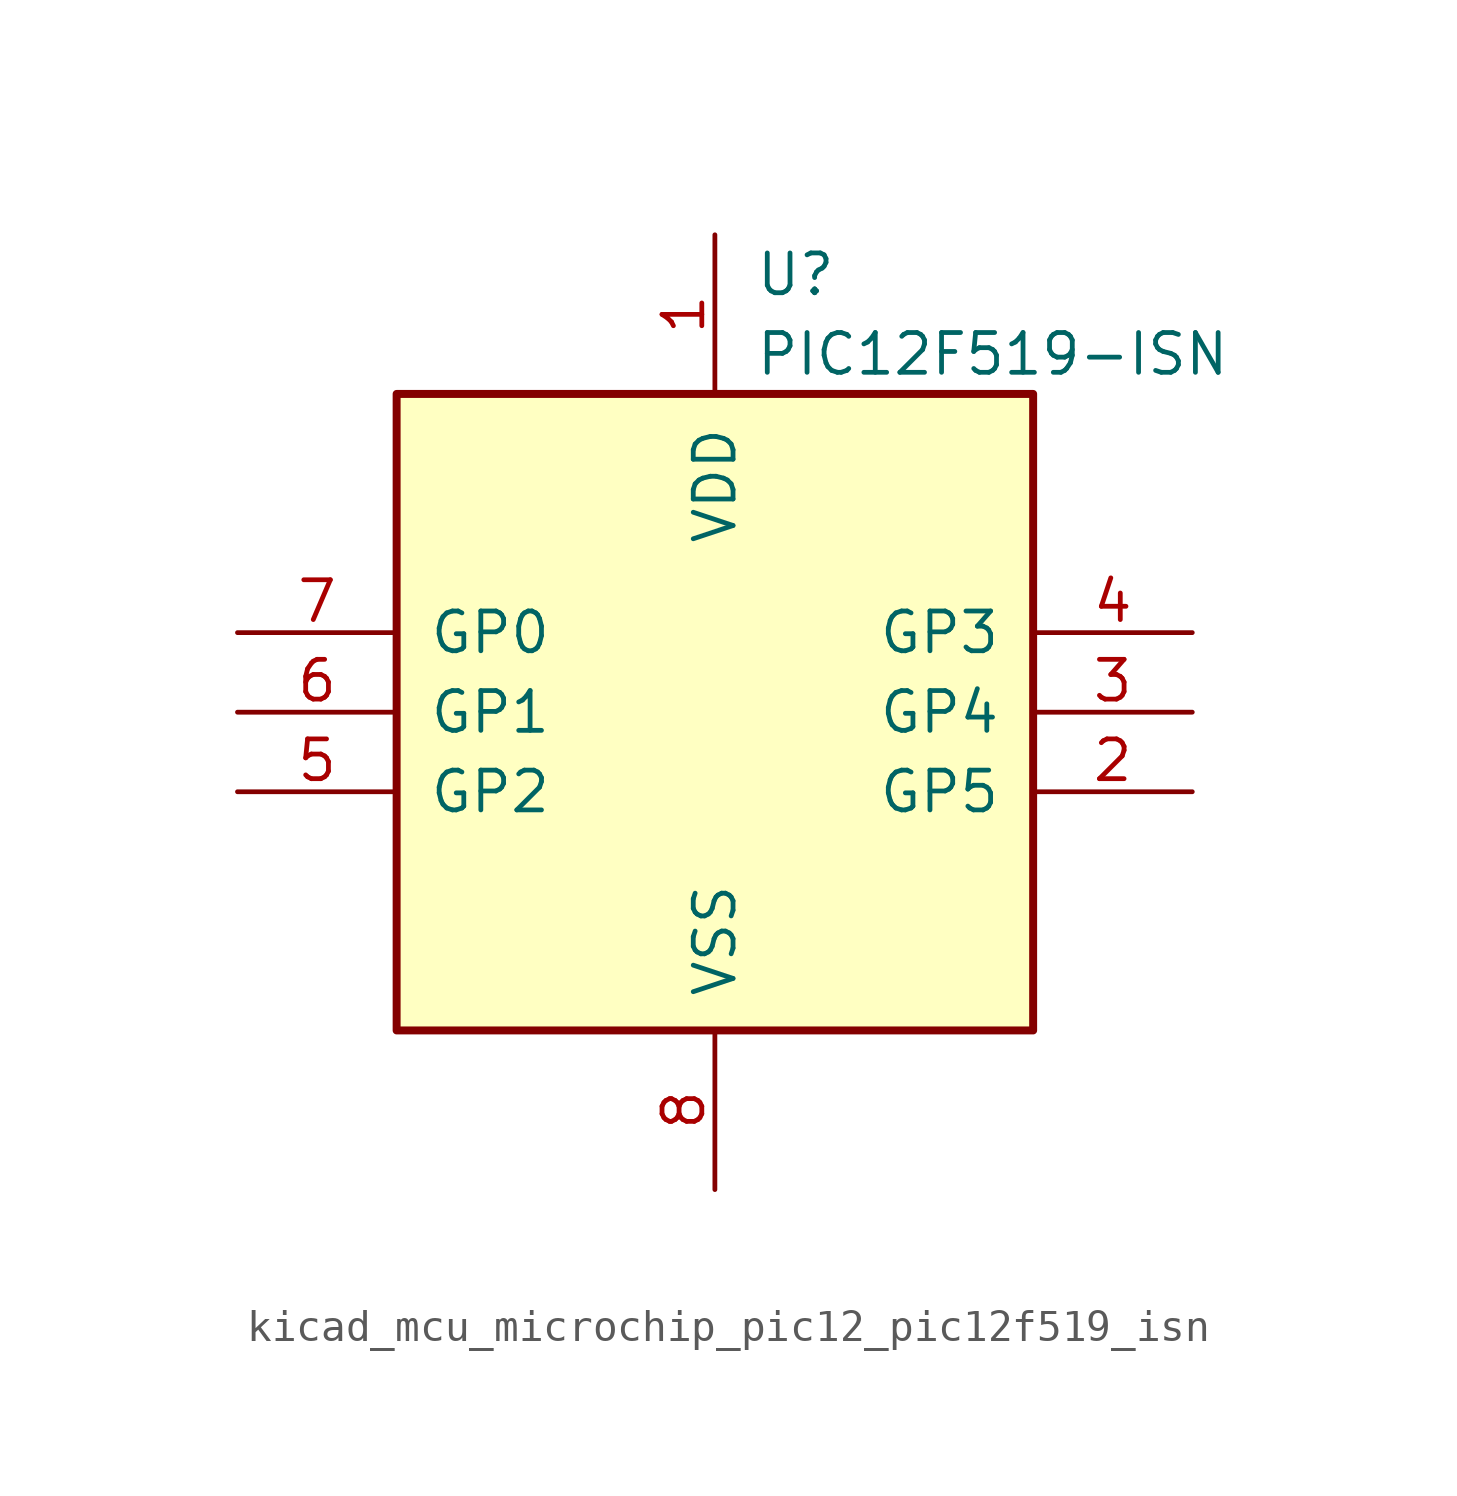
<source format=kicad_sym>
(kicad_symbol_lib
  (version 20220914)
  (generator kicad_symbol_editor)
  (symbol "kicad_mcu_microchip_pic12_pic12f519_isn"
    (pin_names
      (offset 1.016))
    (property "Reference" "U"
      (at 1.27 13.97 0)
      (effects (font (size 1.27 1.27)) (justify left)))
    (property "Value" "PIC12F519-ISN"
      (at 1.27 11.43 0)
      (effects (font (size 1.27 1.27)) (justify left)))
    (symbol "kicad_mcu_microchip_pic12_pic12f519_isn_0_1"
      (rectangle (start 10.16 -10.16) (end -10.16 10.16) (stroke (width 0.254) (type default)) (fill (type background))))
    (symbol "kicad_mcu_microchip_pic12_pic12f519_isn_1_1"
      (pin power_in line (at 0 15.24 270) (length 5.08) (name "VDD" (effects (font (size 1.27 1.27)))) (number "1" (effects (font (size 1.27 1.27)))))
      (pin bidirectional line (at 15.24 -2.54 180) (length 5.08) (name "GP5" (effects (font (size 1.27 1.27)))) (number "2" (effects (font (size 1.27 1.27)))))
      (pin bidirectional line (at 15.24 0 180) (length 5.08) (name "GP4" (effects (font (size 1.27 1.27)))) (number "3" (effects (font (size 1.27 1.27)))))
      (pin input line (at 15.24 2.54 180) (length 5.08) (name "GP3" (effects (font (size 1.27 1.27)))) (number "4" (effects (font (size 1.27 1.27)))))
      (pin bidirectional line (at -15.24 -2.54 0) (length 5.08) (name "GP2" (effects (font (size 1.27 1.27)))) (number "5" (effects (font (size 1.27 1.27)))))
      (pin bidirectional line (at -15.24 0 0) (length 5.08) (name "GP1" (effects (font (size 1.27 1.27)))) (number "6" (effects (font (size 1.27 1.27)))))
      (pin bidirectional line (at -15.24 2.54 0) (length 5.08) (name "GP0" (effects (font (size 1.27 1.27)))) (number "7" (effects (font (size 1.27 1.27)))))
      (pin power_in line (at 0 -15.24 90) (length 5.08) (name "VSS" (effects (font (size 1.27 1.27)))) (number "8" (effects (font (size 1.27 1.27))))))))
</source>
